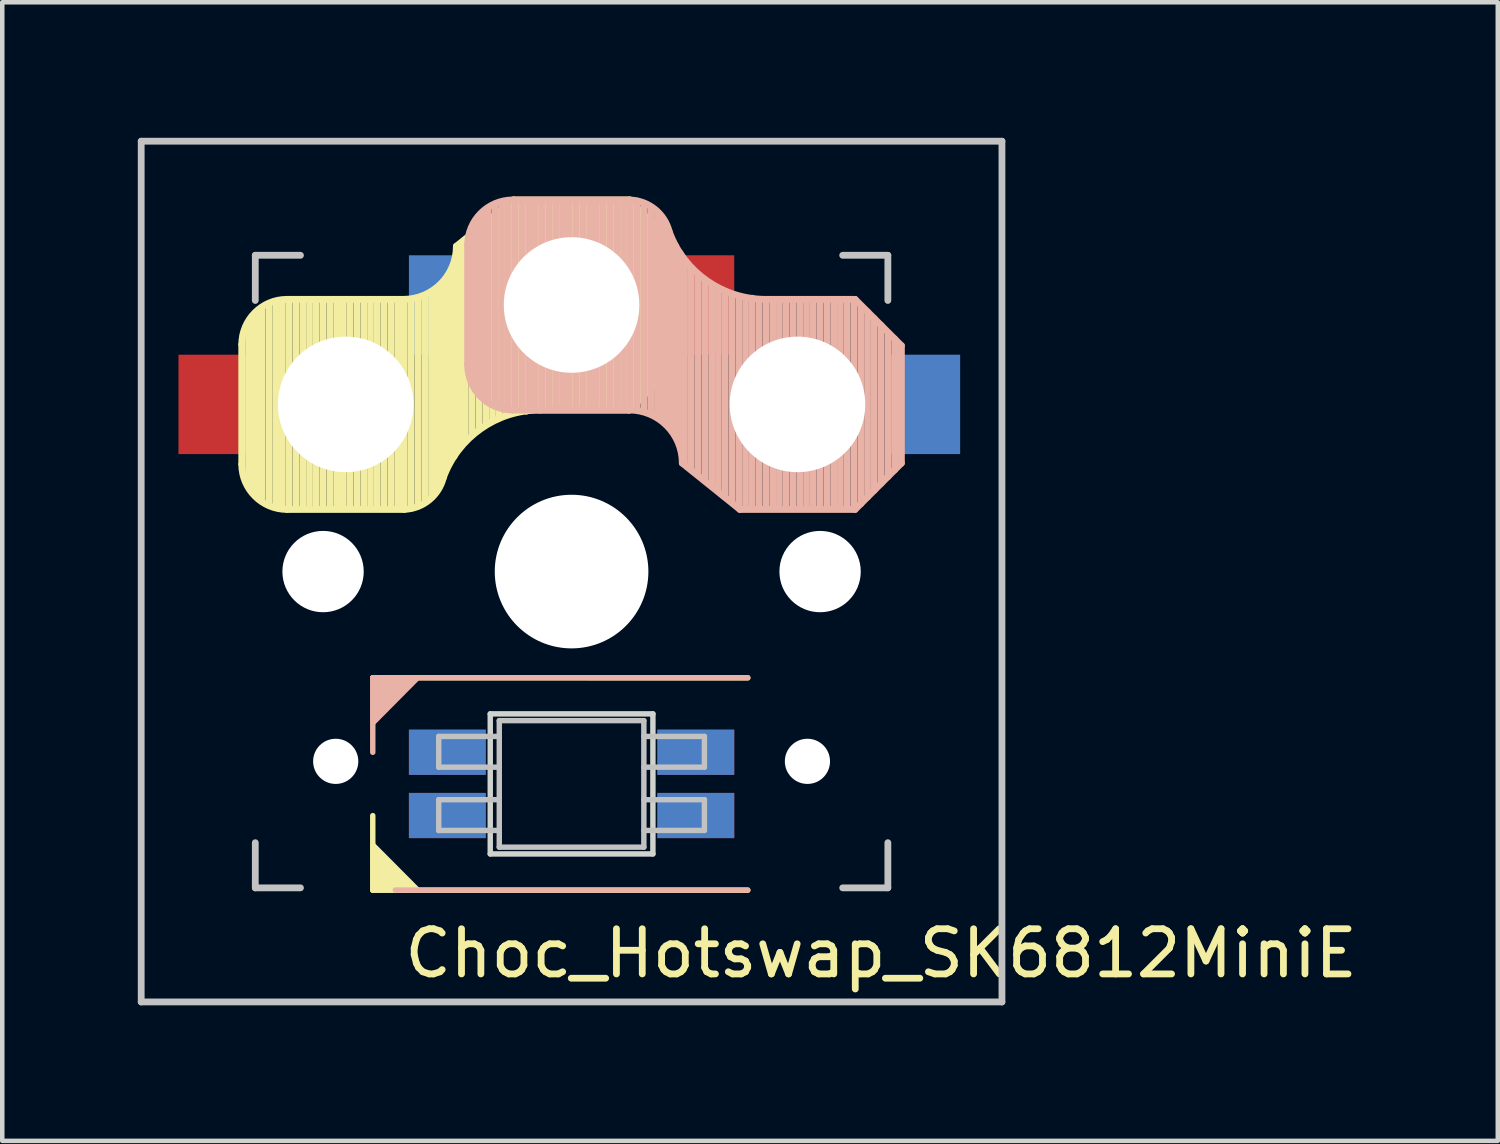
<source format=kicad_pcb>
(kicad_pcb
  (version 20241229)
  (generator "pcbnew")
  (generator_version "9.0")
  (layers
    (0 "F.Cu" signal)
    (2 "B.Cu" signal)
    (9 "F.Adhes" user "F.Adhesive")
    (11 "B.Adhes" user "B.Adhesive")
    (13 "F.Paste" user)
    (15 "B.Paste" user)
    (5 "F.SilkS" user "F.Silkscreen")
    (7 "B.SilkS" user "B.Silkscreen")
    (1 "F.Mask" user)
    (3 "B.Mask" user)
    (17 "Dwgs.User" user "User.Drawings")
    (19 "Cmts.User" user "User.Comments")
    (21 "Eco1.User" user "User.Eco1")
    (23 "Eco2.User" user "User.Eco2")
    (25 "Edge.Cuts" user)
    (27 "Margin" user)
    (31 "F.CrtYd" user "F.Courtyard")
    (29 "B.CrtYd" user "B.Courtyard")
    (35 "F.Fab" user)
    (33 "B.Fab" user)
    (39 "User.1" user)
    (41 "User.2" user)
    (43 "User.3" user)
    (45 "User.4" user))
  (footprint "Choc_Hotswap_SK6812MiniE"
    (layer "F.Cu")
    (at 9.6 9.6)
    (property "Reference" "Choc_Hotswap_SK6812MiniE" (at 6.85 8.45 180) (layer "F.SilkS") (effects (font (size 1 1) (thickness 0.15))))
    (attr through_hole)
    (fp_line (start -7.3 -5.025) (end -7.3 -2.375) (stroke (width 0.15) (type solid)) (layer "F.SilkS"))
    (fp_line (start -7.15 -1.95) (end -7.15 -5.5) (stroke (width 0.15) (type solid)) (layer "F.SilkS"))
    (fp_line (start -7.05 -1.8) (end -7.05 -5.55) (stroke (width 0.15) (type solid)) (layer "F.SilkS"))
    (fp_line (start -6.95 -1.7) (end -6.95 -5.65) (stroke (width 0.15) (type solid)) (layer "F.SilkS"))
    (fp_line (start -6.85 -1.6) (end -6.85 -5.8) (stroke (width 0.15) (type solid)) (layer "F.SilkS"))
    (fp_line (start -6.7 -1.5) (end -6.7 -5.9) (stroke (width 0.15) (type solid)) (layer "F.SilkS"))
    (fp_line (start -6.55 -1.45) (end -6.55 -5.95) (stroke (width 0.15) (type solid)) (layer "F.SilkS"))
    (fp_line (start -6.4 -1.4) (end -6.4 -5.95) (stroke (width 0.15) (type solid)) (layer "F.SilkS"))
    (fp_line (start -6.3 -6.025) (end -3.725 -6.025) (stroke (width 0.15) (type solid)) (layer "F.SilkS"))
    (fp_line (start -6.3 -1.375) (end -3.7 -1.375) (stroke (width 0.15) (type solid)) (layer "F.SilkS"))
    (fp_line (start -6.25 -1.4) (end -6.25 -6) (stroke (width 0.15) (type solid)) (layer "F.SilkS"))
    (fp_line (start -6.1 -1.4) (end -6.1 -6) (stroke (width 0.15) (type solid)) (layer "F.SilkS"))
    (fp_line (start -5.95 -1.4) (end -5.95 -6) (stroke (width 0.15) (type solid)) (layer "F.SilkS"))
    (fp_line (start -5.8 -1.4) (end -5.8 -6) (stroke (width 0.15) (type solid)) (layer "F.SilkS"))
    (fp_line (start -5.65 -1.4) (end -5.65 -6) (stroke (width 0.15) (type solid)) (layer "F.SilkS"))
    (fp_line (start -5.5 -1.4) (end -5.5 -6) (stroke (width 0.15) (type solid)) (layer "F.SilkS"))
    (fp_line (start -5.35 -1.4) (end -5.35 -6) (stroke (width 0.15) (type solid)) (layer "F.SilkS"))
    (fp_line (start -5.2 -1.4) (end -5.2 -6) (stroke (width 0.15) (type solid)) (layer "F.SilkS"))
    (fp_line (start -5.05 -1.4) (end -5.05 -6) (stroke (width 0.15) (type solid)) (layer "F.SilkS"))
    (fp_line (start -4.9 -1.4) (end -4.9 -6) (stroke (width 0.15) (type solid)) (layer "F.SilkS"))
    (fp_line (start -4.75 -1.4) (end -4.75 -6) (stroke (width 0.15) (type solid)) (layer "F.SilkS"))
    (fp_line (start -4.6 -1.4) (end -4.6 -6) (stroke (width 0.15) (type solid)) (layer "F.SilkS"))
    (fp_line (start -4.45 -1.4) (end -4.45 -6) (stroke (width 0.15) (type solid)) (layer "F.SilkS"))
    (fp_line (start -4.4 2.349) (end 3.9 2.352) (stroke (width 0.12) (type solid)) (layer "F.SilkS"))
    (fp_line (start -4.4 7.052) (end -4.4 5.401) (stroke (width 0.12) (type solid)) (layer "F.SilkS"))
    (fp_line (start -4.3 -1.4) (end -4.3 -6) (stroke (width 0.15) (type solid)) (layer "F.SilkS"))
    (fp_line (start -4.15 -1.4) (end -4.15 -6) (stroke (width 0.15) (type solid)) (layer "F.SilkS"))
    (fp_line (start -4 -1.4) (end -4 -6) (stroke (width 0.15) (type solid)) (layer "F.SilkS"))
    (fp_line (start -3.85 -1.4) (end -3.85 -5.95) (stroke (width 0.15) (type solid)) (layer "F.SilkS"))
    (fp_line (start -3.7 -1.4) (end -3.7 -6) (stroke (width 0.15) (type solid)) (layer "F.SilkS"))
    (fp_line (start -3.55 -1.4) (end -3.55 -6) (stroke (width 0.15) (type solid)) (layer "F.SilkS"))
    (fp_line (start -3.4 -1.45) (end -3.4 -6) (stroke (width 0.15) (type solid)) (layer "F.SilkS"))
    (fp_line (start -3.25 -1.55) (end -3.25 -6.1) (stroke (width 0.15) (type solid)) (layer "F.SilkS"))
    (fp_line (start -3.1 -1.65) (end -3.1 -6.15) (stroke (width 0.15) (type solid)) (layer "F.SilkS"))
    (fp_line (start -3 -1.8) (end -3 -6.2) (stroke (width 0.15) (type solid)) (layer "F.SilkS"))
    (fp_line (start -2.9 -2.05) (end -2.9 -6.25) (stroke (width 0.15) (type solid)) (layer "F.SilkS"))
    (fp_line (start -2.8 -2.2) (end -2.8 -6.35) (stroke (width 0.15) (type solid)) (layer "F.SilkS"))
    (fp_line (start -2.7 -2.4) (end -2.7 -6.55) (stroke (width 0.15) (type solid)) (layer "F.SilkS"))
    (fp_line (start -2.6 -2.55) (end -2.6 -6.7) (stroke (width 0.15) (type solid)) (layer "F.SilkS"))
    (fp_line (start -2.5 -2.75) (end -2.5 -7.2) (stroke (width 0.15) (type solid)) (layer "F.SilkS"))
    (fp_line (start -2.35 -2.9) (end -2.35 -7.35) (stroke (width 0.15) (type solid)) (layer "F.SilkS"))
    (fp_line (start -2.2 -3.05) (end -2.2 -7.45) (stroke (width 0.15) (type solid)) (layer "F.SilkS"))
    (fp_line (start -2.05 -3.15) (end -2.05 -7.55) (stroke (width 0.15) (type solid)) (layer "F.SilkS"))
    (fp_line (start -1.9 -3.25) (end -1.9 -7.7) (stroke (width 0.15) (type solid)) (layer "F.SilkS"))
    (fp_line (start -1.75 -3.35) (end -1.75 -7.8) (stroke (width 0.15) (type solid)) (layer "F.SilkS"))
    (fp_line (start -1.6 -3.4) (end -1.6 -7.95) (stroke (width 0.15) (type solid)) (layer "F.SilkS"))
    (fp_line (start -1.45 -3.5) (end -1.45 -8.05) (stroke (width 0.15) (type solid)) (layer "F.SilkS"))
    (fp_line (start -1.3 -3.55) (end -1.3 -8.15) (stroke (width 0.15) (type solid)) (layer "F.SilkS"))
    (fp_line (start -1.275 -8.225) (end -2.55 -7.2) (stroke (width 0.15) (type solid)) (layer "F.SilkS"))
    (fp_line (start -1.275 -8.225) (end 1.275 -8.225) (stroke (width 0.15) (type solid)) (layer "F.SilkS"))
    (fp_line (start -1.15 -3.55) (end -1.15 -8.2) (stroke (width 0.15) (type solid)) (layer "F.SilkS"))
    (fp_line (start -1 -3.55) (end -1 -8.2) (stroke (width 0.15) (type solid)) (layer "F.SilkS"))
    (fp_line (start -0.85 -3.6) (end -0.85 -8.15) (stroke (width 0.15) (type solid)) (layer "F.SilkS"))
    (fp_line (start -0.7 -3.6) (end -0.7 -8.2) (stroke (width 0.15) (type solid)) (layer "F.SilkS"))
    (fp_line (start -0.7 -3.575) (end 1.275 -3.575) (stroke (width 0.15) (type solid)) (layer "F.SilkS"))
    (fp_line (start -0.55 -3.6) (end -0.55 -8.2) (stroke (width 0.15) (type solid)) (layer "F.SilkS"))
    (fp_line (start -0.4 -3.6) (end -0.4 -8.2) (stroke (width 0.15) (type solid)) (layer "F.SilkS"))
    (fp_line (start -0.25 -3.6) (end -0.25 -8.2) (stroke (width 0.15) (type solid)) (layer "F.SilkS"))
    (fp_line (start -0.1 -3.6) (end -0.1 -8.2) (stroke (width 0.15) (type solid)) (layer "F.SilkS"))
    (fp_line (start 0.05 -3.6) (end 0.05 -8.2) (stroke (width 0.15) (type solid)) (layer "F.SilkS"))
    (fp_line (start 0.2 -3.6) (end 0.2 -8.2) (stroke (width 0.15) (type solid)) (layer "F.SilkS"))
    (fp_line (start 0.35 -3.6) (end 0.35 -8.2) (stroke (width 0.15) (type solid)) (layer "F.SilkS"))
    (fp_line (start 0.5 -3.6) (end 0.5 -8.2) (stroke (width 0.15) (type solid)) (layer "F.SilkS"))
    (fp_line (start 0.65 -3.6) (end 0.65 -8.2) (stroke (width 0.15) (type solid)) (layer "F.SilkS"))
    (fp_line (start 0.8 -3.6) (end 0.8 -8.2) (stroke (width 0.15) (type solid)) (layer "F.SilkS"))
    (fp_line (start 0.95 -3.6) (end 0.95 -8.2) (stroke (width 0.15) (type solid)) (layer "F.SilkS"))
    (fp_line (start 1.1 -3.6) (end 1.1 -8.2) (stroke (width 0.15) (type solid)) (layer "F.SilkS"))
    (fp_line (start 1.25 -3.6) (end 1.25 -8.2) (stroke (width 0.15) (type solid)) (layer "F.SilkS"))
    (fp_line (start 1.4 -3.75) (end 1.4 -8.1) (stroke (width 0.15) (type solid)) (layer "F.SilkS"))
    (fp_line (start 1.55 -3.85) (end 1.55 -7.95) (stroke (width 0.15) (type solid)) (layer "F.SilkS"))
    (fp_line (start 1.7 -4) (end 1.7 -7.8) (stroke (width 0.15) (type solid)) (layer "F.SilkS"))
    (fp_line (start 1.85 -4.15) (end 1.85 -7.65) (stroke (width 0.15) (type solid)) (layer "F.SilkS"))
    (fp_line (start 2 -4.35) (end 2 -7.5) (stroke (width 0.15) (type solid)) (layer "F.SilkS"))
    (fp_line (start 2.15 -4.45) (end 2.15 -7.35) (stroke (width 0.15) (type solid)) (layer "F.SilkS"))
    (fp_line (start 2.3 -7.2) (end 1.275 -8.225) (stroke (width 0.15) (type solid)) (layer "F.SilkS"))
    (fp_line (start 2.3 -7.2) (end 2.3 -4.6) (stroke (width 0.15) (type solid)) (layer "F.SilkS"))
    (fp_line (start 2.3 -4.6) (end 1.275 -3.575) (stroke (width 0.15) (type solid)) (layer "F.SilkS"))
    (fp_line (start 3.9 7.052) (end -4.4 7.052) (stroke (width 0.12) (type solid)) (layer "F.SilkS"))
    (fp_arc (start -7.3 -5.025) (mid -7.007107 -5.732107) (end -6.3 -6.025) (stroke (width 0.15) (type solid)) (layer "F.SilkS"))
    (fp_arc (start -6.3 -1.375) (mid -7.007107 -1.667893) (end -7.3 -2.375) (stroke (width 0.15) (type solid)) (layer "F.SilkS"))
    (fp_arc (start -2.837801 -2.078096) (mid -3.151716 -1.583979) (end -3.699005 -1.376209) (stroke (width 0.15) (type solid)) (layer "F.SilkS"))
    (fp_arc (start -2.837801 -2.078096) (mid -2.004887 -3.163571) (end -0.7 -3.575) (stroke (width 0.15) (type solid)) (layer "F.SilkS"))
    (fp_arc (start -2.55 -7.2) (mid -2.89415 -6.36915) (end -3.725 -6.025) (stroke (width 0.15) (type solid)) (layer "F.SilkS"))
    (fp_poly (pts (xy -3.392 7.049) (xy -4.4 7.052) (xy -4.4 6.036)) (stroke (width 0.1) (type solid)) (fill yes) (layer "F.SilkS"))
    (fp_line (start -4.4 2.349) (end -4.4 4) (stroke (width 0.12) (type solid)) (layer "B.SilkS"))
    (fp_line (start -3.9 7.049) (end 3.9 7.049) (stroke (width 0.12) (type solid)) (layer "B.SilkS"))
    (fp_line (start -2.3 -4.575) (end -2.3 -7.225) (stroke (width 0.15) (type solid)) (layer "B.SilkS"))
    (fp_line (start -2.15 -7.65) (end -2.15 -4.1) (stroke (width 0.15) (type solid)) (layer "B.SilkS"))
    (fp_line (start -2.05 -7.8) (end -2.05 -4.05) (stroke (width 0.15) (type solid)) (layer "B.SilkS"))
    (fp_line (start -1.95 -7.9) (end -1.95 -3.95) (stroke (width 0.15) (type solid)) (layer "B.SilkS"))
    (fp_line (start -1.85 -8) (end -1.85 -3.8) (stroke (width 0.15) (type solid)) (layer "B.SilkS"))
    (fp_line (start -1.7 -8.1) (end -1.7 -3.7) (stroke (width 0.15) (type solid)) (layer "B.SilkS"))
    (fp_line (start -1.55 -8.15) (end -1.55 -3.65) (stroke (width 0.15) (type solid)) (layer "B.SilkS"))
    (fp_line (start -1.4 -8.2) (end -1.4 -3.65) (stroke (width 0.15) (type solid)) (layer "B.SilkS"))
    (fp_line (start -1.3 -8.225) (end 1.3 -8.225) (stroke (width 0.15) (type solid)) (layer "B.SilkS"))
    (fp_line (start -1.3 -3.575) (end 1.275 -3.575) (stroke (width 0.15) (type solid)) (layer "B.SilkS"))
    (fp_line (start -1.25 -8.2) (end -1.25 -3.6) (stroke (width 0.15) (type solid)) (layer "B.SilkS"))
    (fp_line (start -1.1 -8.2) (end -1.1 -3.6) (stroke (width 0.15) (type solid)) (layer "B.SilkS"))
    (fp_line (start -0.95 -8.2) (end -0.95 -3.6) (stroke (width 0.15) (type solid)) (layer "B.SilkS"))
    (fp_line (start -0.8 -8.2) (end -0.8 -3.6) (stroke (width 0.15) (type solid)) (layer "B.SilkS"))
    (fp_line (start -0.65 -8.2) (end -0.65 -3.6) (stroke (width 0.15) (type solid)) (layer "B.SilkS"))
    (fp_line (start -0.5 -8.2) (end -0.5 -3.6) (stroke (width 0.15) (type solid)) (layer "B.SilkS"))
    (fp_line (start -0.35 -8.2) (end -0.35 -3.6) (stroke (width 0.15) (type solid)) (layer "B.SilkS"))
    (fp_line (start -0.2 -8.2) (end -0.2 -3.6) (stroke (width 0.15) (type solid)) (layer "B.SilkS"))
    (fp_line (start -0.05 -8.2) (end -0.05 -3.6) (stroke (width 0.15) (type solid)) (layer "B.SilkS"))
    (fp_line (start 0.1 -8.2) (end 0.1 -3.6) (stroke (width 0.15) (type solid)) (layer "B.SilkS"))
    (fp_line (start 0.25 -8.2) (end 0.25 -3.6) (stroke (width 0.15) (type solid)) (layer "B.SilkS"))
    (fp_line (start 0.4 -8.2) (end 0.4 -3.6) (stroke (width 0.15) (type solid)) (layer "B.SilkS"))
    (fp_line (start 0.55 -8.2) (end 0.55 -3.6) (stroke (width 0.15) (type solid)) (layer "B.SilkS"))
    (fp_line (start 0.7 -8.2) (end 0.7 -3.6) (stroke (width 0.15) (type solid)) (layer "B.SilkS"))
    (fp_line (start 0.85 -8.2) (end 0.85 -3.6) (stroke (width 0.15) (type solid)) (layer "B.SilkS"))
    (fp_line (start 1 -8.2) (end 1 -3.6) (stroke (width 0.15) (type solid)) (layer "B.SilkS"))
    (fp_line (start 1.15 -8.2) (end 1.15 -3.65) (stroke (width 0.15) (type solid)) (layer "B.SilkS"))
    (fp_line (start 1.3 -8.2) (end 1.3 -3.6) (stroke (width 0.15) (type solid)) (layer "B.SilkS"))
    (fp_line (start 1.45 -8.2) (end 1.45 -3.6) (stroke (width 0.15) (type solid)) (layer "B.SilkS"))
    (fp_line (start 1.6 -8.15) (end 1.6 -3.6) (stroke (width 0.15) (type solid)) (layer "B.SilkS"))
    (fp_line (start 1.75 -8.05) (end 1.75 -3.5) (stroke (width 0.15) (type solid)) (layer "B.SilkS"))
    (fp_line (start 1.9 -7.95) (end 1.9 -3.45) (stroke (width 0.15) (type solid)) (layer "B.SilkS"))
    (fp_line (start 2 -7.8) (end 2 -3.4) (stroke (width 0.15) (type solid)) (layer "B.SilkS"))
    (fp_line (start 2.1 -7.55) (end 2.1 -3.35) (stroke (width 0.15) (type solid)) (layer "B.SilkS"))
    (fp_line (start 2.2 -7.4) (end 2.2 -3.25) (stroke (width 0.15) (type solid)) (layer "B.SilkS"))
    (fp_line (start 2.3 -7.2) (end 2.3 -3.05) (stroke (width 0.15) (type solid)) (layer "B.SilkS"))
    (fp_line (start 2.4 -7.05) (end 2.4 -2.9) (stroke (width 0.15) (type solid)) (layer "B.SilkS"))
    (fp_line (start 2.5 -6.85) (end 2.5 -2.4) (stroke (width 0.15) (type solid)) (layer "B.SilkS"))
    (fp_line (start 2.65 -6.7) (end 2.65 -2.25) (stroke (width 0.15) (type solid)) (layer "B.SilkS"))
    (fp_line (start 2.8 -6.55) (end 2.8 -2.15) (stroke (width 0.15) (type solid)) (layer "B.SilkS"))
    (fp_line (start 2.95 -6.45) (end 2.95 -2.05) (stroke (width 0.15) (type solid)) (layer "B.SilkS"))
    (fp_line (start 3.1 -6.35) (end 3.1 -1.9) (stroke (width 0.15) (type solid)) (layer "B.SilkS"))
    (fp_line (start 3.25 -6.25) (end 3.25 -1.8) (stroke (width 0.15) (type solid)) (layer "B.SilkS"))
    (fp_line (start 3.4 -6.2) (end 3.4 -1.65) (stroke (width 0.15) (type solid)) (layer "B.SilkS"))
    (fp_line (start 3.55 -6.1) (end 3.55 -1.55) (stroke (width 0.15) (type solid)) (layer "B.SilkS"))
    (fp_line (start 3.7 -6.05) (end 3.7 -1.45) (stroke (width 0.15) (type solid)) (layer "B.SilkS"))
    (fp_line (start 3.725 -1.375) (end 2.45 -2.4) (stroke (width 0.15) (type solid)) (layer "B.SilkS"))
    (fp_line (start 3.725 -1.375) (end 6.275 -1.375) (stroke (width 0.15) (type solid)) (layer "B.SilkS"))
    (fp_line (start 3.85 -6.05) (end 3.85 -1.4) (stroke (width 0.15) (type solid)) (layer "B.SilkS"))
    (fp_line (start 3.9 2.349) (end -4.4 2.349) (stroke (width 0.12) (type solid)) (layer "B.SilkS"))
    (fp_line (start 4 -6.05) (end 4 -1.4) (stroke (width 0.15) (type solid)) (layer "B.SilkS"))
    (fp_line (start 4.15 -6) (end 4.15 -1.45) (stroke (width 0.15) (type solid)) (layer "B.SilkS"))
    (fp_line (start 4.3 -6.025) (end 6.275 -6.025) (stroke (width 0.15) (type solid)) (layer "B.SilkS"))
    (fp_line (start 4.3 -6) (end 4.3 -1.4) (stroke (width 0.15) (type solid)) (layer "B.SilkS"))
    (fp_line (start 4.45 -6) (end 4.45 -1.4) (stroke (width 0.15) (type solid)) (layer "B.SilkS"))
    (fp_line (start 4.6 -6) (end 4.6 -1.4) (stroke (width 0.15) (type solid)) (layer "B.SilkS"))
    (fp_line (start 4.75 -6) (end 4.75 -1.4) (stroke (width 0.15) (type solid)) (layer "B.SilkS"))
    (fp_line (start 4.9 -6) (end 4.9 -1.4) (stroke (width 0.15) (type solid)) (layer "B.SilkS"))
    (fp_line (start 5.05 -6) (end 5.05 -1.4) (stroke (width 0.15) (type solid)) (layer "B.SilkS"))
    (fp_line (start 5.2 -6) (end 5.2 -1.4) (stroke (width 0.15) (type solid)) (layer "B.SilkS"))
    (fp_line (start 5.35 -6) (end 5.35 -1.4) (stroke (width 0.15) (type solid)) (layer "B.SilkS"))
    (fp_line (start 5.5 -6) (end 5.5 -1.4) (stroke (width 0.15) (type solid)) (layer "B.SilkS"))
    (fp_line (start 5.65 -6) (end 5.65 -1.4) (stroke (width 0.15) (type solid)) (layer "B.SilkS"))
    (fp_line (start 5.8 -6) (end 5.8 -1.4) (stroke (width 0.15) (type solid)) (layer "B.SilkS"))
    (fp_line (start 5.95 -6) (end 5.95 -1.4) (stroke (width 0.15) (type solid)) (layer "B.SilkS"))
    (fp_line (start 6.1 -6) (end 6.1 -1.4) (stroke (width 0.15) (type solid)) (layer "B.SilkS"))
    (fp_line (start 6.25 -6) (end 6.25 -1.4) (stroke (width 0.15) (type solid)) (layer "B.SilkS"))
    (fp_line (start 6.4 -5.85) (end 6.4 -1.5) (stroke (width 0.15) (type solid)) (layer "B.SilkS"))
    (fp_line (start 6.55 -5.75) (end 6.55 -1.65) (stroke (width 0.15) (type solid)) (layer "B.SilkS"))
    (fp_line (start 6.7 -5.6) (end 6.7 -1.8) (stroke (width 0.15) (type solid)) (layer "B.SilkS"))
    (fp_line (start 6.85 -5.45) (end 6.85 -1.95) (stroke (width 0.15) (type solid)) (layer "B.SilkS"))
    (fp_line (start 7 -5.25) (end 7 -2.1) (stroke (width 0.15) (type solid)) (layer "B.SilkS"))
    (fp_line (start 7.15 -5.15) (end 7.15 -2.25) (stroke (width 0.15) (type solid)) (layer "B.SilkS"))
    (fp_line (start 7.3 -5) (end 6.275 -6.025) (stroke (width 0.15) (type solid)) (layer "B.SilkS"))
    (fp_line (start 7.3 -2.4) (end 6.275 -1.375) (stroke (width 0.15) (type solid)) (layer "B.SilkS"))
    (fp_line (start 7.3 -2.4) (end 7.3 -5) (stroke (width 0.15) (type solid)) (layer "B.SilkS"))
    (fp_arc (start -2.3 -7.225) (mid -2.007107 -7.932107) (end -1.3 -8.225) (stroke (width 0.15) (type solid)) (layer "B.SilkS"))
    (fp_arc (start -1.3 -3.575) (mid -2.007107 -3.867893) (end -2.3 -4.575) (stroke (width 0.15) (type solid)) (layer "B.SilkS"))
    (fp_arc (start 1.275 -3.575) (mid 2.10585 -3.23085) (end 2.45 -2.4) (stroke (width 0.15) (type solid)) (layer "B.SilkS"))
    (fp_arc (start 1.300995 -8.223791) (mid 1.848284 -8.016021) (end 2.162199 -7.521904) (stroke (width 0.15) (type solid)) (layer "B.SilkS"))
    (fp_arc (start 4.3 -6.025) (mid 2.995114 -6.436429) (end 2.162199 -7.521904) (stroke (width 0.15) (type solid)) (layer "B.SilkS"))
    (fp_poly (pts (xy -4.4 3.365) (xy -4.4 2.349) (xy -3.392 2.349)) (stroke (width 0.1) (type solid)) (fill yes) (layer "B.SilkS"))
    (fp_line (start -9.525 -9.525) (end 9.525 -9.525) (stroke (width 0.15) (type solid)) (layer "Dwgs.User"))
    (fp_line (start -9.525 9.525) (end -9.525 -9.525) (stroke (width 0.15) (type solid)) (layer "Dwgs.User"))
    (fp_line (start -7 -7) (end -7 -6) (stroke (width 0.15) (type solid)) (layer "Dwgs.User"))
    (fp_line (start -7 6) (end -7 7) (stroke (width 0.15) (type solid)) (layer "Dwgs.User"))
    (fp_line (start -7 7) (end -6 7) (stroke (width 0.15) (type solid)) (layer "Dwgs.User"))
    (fp_line (start -6 -7) (end -7 -7) (stroke (width 0.15) (type solid)) (layer "Dwgs.User"))
    (fp_line (start -2.94 3.649) (end -2.94 4.329) (stroke (width 0.12) (type solid)) (layer "Dwgs.User"))
    (fp_line (start -2.94 4.329) (end -1.6 4.329) (stroke (width 0.12) (type solid)) (layer "Dwgs.User"))
    (fp_line (start -2.94 5.049) (end -2.94 5.729) (stroke (width 0.12) (type solid)) (layer "Dwgs.User"))
    (fp_line (start -2.94 5.729) (end -1.6 5.729) (stroke (width 0.12) (type solid)) (layer "Dwgs.User"))
    (fp_line (start -1.6 3.299) (end -1.6 6.099) (stroke (width 0.12) (type solid)) (layer "Dwgs.User"))
    (fp_line (start -1.6 3.299) (end 1.6 3.299) (stroke (width 0.12) (type solid)) (layer "Dwgs.User"))
    (fp_line (start -1.6 3.649) (end -2.94 3.649) (stroke (width 0.12) (type solid)) (layer "Dwgs.User"))
    (fp_line (start -1.6 5.049) (end -2.94 5.049) (stroke (width 0.12) (type solid)) (layer "Dwgs.User"))
    (fp_line (start -1.6 6.099) (end 1.6 6.099) (stroke (width 0.12) (type solid)) (layer "Dwgs.User"))
    (fp_line (start 1.6 3.299) (end 1.6 6.099) (stroke (width 0.12) (type solid)) (layer "Dwgs.User"))
    (fp_line (start 1.6 4.329) (end 2.94 4.329) (stroke (width 0.12) (type solid)) (layer "Dwgs.User"))
    (fp_line (start 1.6 5.729) (end 2.94 5.729) (stroke (width 0.12) (type solid)) (layer "Dwgs.User"))
    (fp_line (start 2.94 3.649) (end 1.6 3.649) (stroke (width 0.12) (type solid)) (layer "Dwgs.User"))
    (fp_line (start 2.94 4.329) (end 2.94 3.649) (stroke (width 0.12) (type solid)) (layer "Dwgs.User"))
    (fp_line (start 2.94 5.049) (end 1.6 5.049) (stroke (width 0.12) (type solid)) (layer "Dwgs.User"))
    (fp_line (start 2.94 5.729) (end 2.94 5.049) (stroke (width 0.12) (type solid)) (layer "Dwgs.User"))
    (fp_line (start 6 -7) (end 7 -7) (stroke (width 0.15) (type solid)) (layer "Dwgs.User"))
    (fp_line (start 7 -7) (end 7 -6) (stroke (width 0.15) (type solid)) (layer "Dwgs.User"))
    (fp_line (start 7 6) (end 7 7) (stroke (width 0.15) (type solid)) (layer "Dwgs.User"))
    (fp_line (start 7 7) (end 6 7) (stroke (width 0.15) (type solid)) (layer "Dwgs.User"))
    (fp_line (start 9.525 -9.525) (end 9.525 9.525) (stroke (width 0.15) (type solid)) (layer "Dwgs.User"))
    (fp_line (start 9.525 9.525) (end -9.525 9.525) (stroke (width 0.15) (type solid)) (layer "Dwgs.User"))
    (fp_line (start -1.8 3.149) (end -1.8 6.249) (stroke (width 0.12) (type solid)) (layer "Edge.Cuts"))
    (fp_line (start -1.8 6.249) (end 1.8 6.249) (stroke (width 0.12) (type solid)) (layer "Edge.Cuts"))
    (fp_line (start 1.8 3.149) (end -1.8 3.149) (stroke (width 0.12) (type solid)) (layer "Edge.Cuts"))
    (fp_line (start 1.8 6.249) (end 1.8 3.149) (stroke (width 0.12) (type solid)) (layer "Edge.Cuts"))
    (pad "" np_thru_hole circle (at -5.5 0 270) (size 1.8 1.8) (drill 1.8) (layers "*.Cu" "*.Mask"))
    (pad "" np_thru_hole circle (at -5.22 4.2) (size 1 1) (drill 1) (layers "*.Cu" "*.Mask"))
    (pad "" np_thru_hole circle (at -5 -3.7 90) (size 3 3) (drill 3) (layers "*.Cu" "*.Mask"))
    (pad "" np_thru_hole circle (at 0 -5.9 270) (size 3 3) (drill 3) (layers "*.Cu" "*.Mask"))
    (pad "" np_thru_hole circle (at 0 0 270) (size 3.4 3.4) (drill 3.4) (layers "*.Cu" "*.Mask"))
    (pad "" np_thru_hole circle (at 5 -3.7 270) (size 3 3) (drill 3) (layers "*.Cu" "*.Mask"))
    (pad "" np_thru_hole circle (at 5.22 4.2) (size 1 1) (drill 1) (layers "*.Cu" "*.Mask"))
    (pad "" np_thru_hole circle (at 5.5 0 270) (size 1.8 1.8) (drill 1.8) (layers "*.Cu" "*.Mask"))
    (pad "1" smd rect (at 2.75 3.999) (size 1.7 1) (layers "F.Cu" "F.Mask" "F.Paste"))
    (pad "1" smd rect (at 2.75 5.399) (size 1.7 1) (layers "B.Cu" "B.Mask" "B.Paste"))
    (pad "2" smd rect (at 2.75 3.999) (size 1.7 1) (layers "B.Cu" "B.Mask" "B.Paste"))
    (pad "2" smd rect (at 2.75 5.399) (size 1.7 1) (layers "F.Cu" "F.Mask" "F.Paste"))
    (pad "3" smd rect (at -2.75 3.999) (size 1.7 1) (layers "B.Cu" "B.Mask" "B.Paste"))
    (pad "3" smd rect (at -2.75 5.399) (size 1.7 1) (layers "F.Cu" "F.Mask" "F.Paste"))
    (pad "4" smd rect (at -2.75 3.999) (size 1.7 1) (layers "F.Cu" "F.Mask" "F.Paste"))
    (pad "4" smd rect (at -2.75 5.399) (size 1.7 1) (layers "B.Cu" "B.Mask" "B.Paste"))
    (pad "5" smd rect (at -2.8 -5.9) (size 1.6 2.2) (layers "B.Cu" "B.Mask" "B.Paste"))
    (pad "5" smd rect (at 2.8 -5.9) (size 1.6 2.2) (layers "F.Cu" "F.Mask" "F.Paste"))
    (pad "6" smd rect (at -7.9 -3.7) (size 1.6 2.2) (layers "F.Cu" "F.Mask" "F.Paste"))
    (pad "6" smd rect (at 7.8 -3.7) (size 1.6 2.2) (layers "B.Cu" "B.Mask" "B.Paste")))
  (gr_rect
    (start -3 -3)
    (end 30.099 22.2)
    (stroke (width 0.1) (type default))
    (fill no)
    (layer "Edge.Cuts")))
</source>
